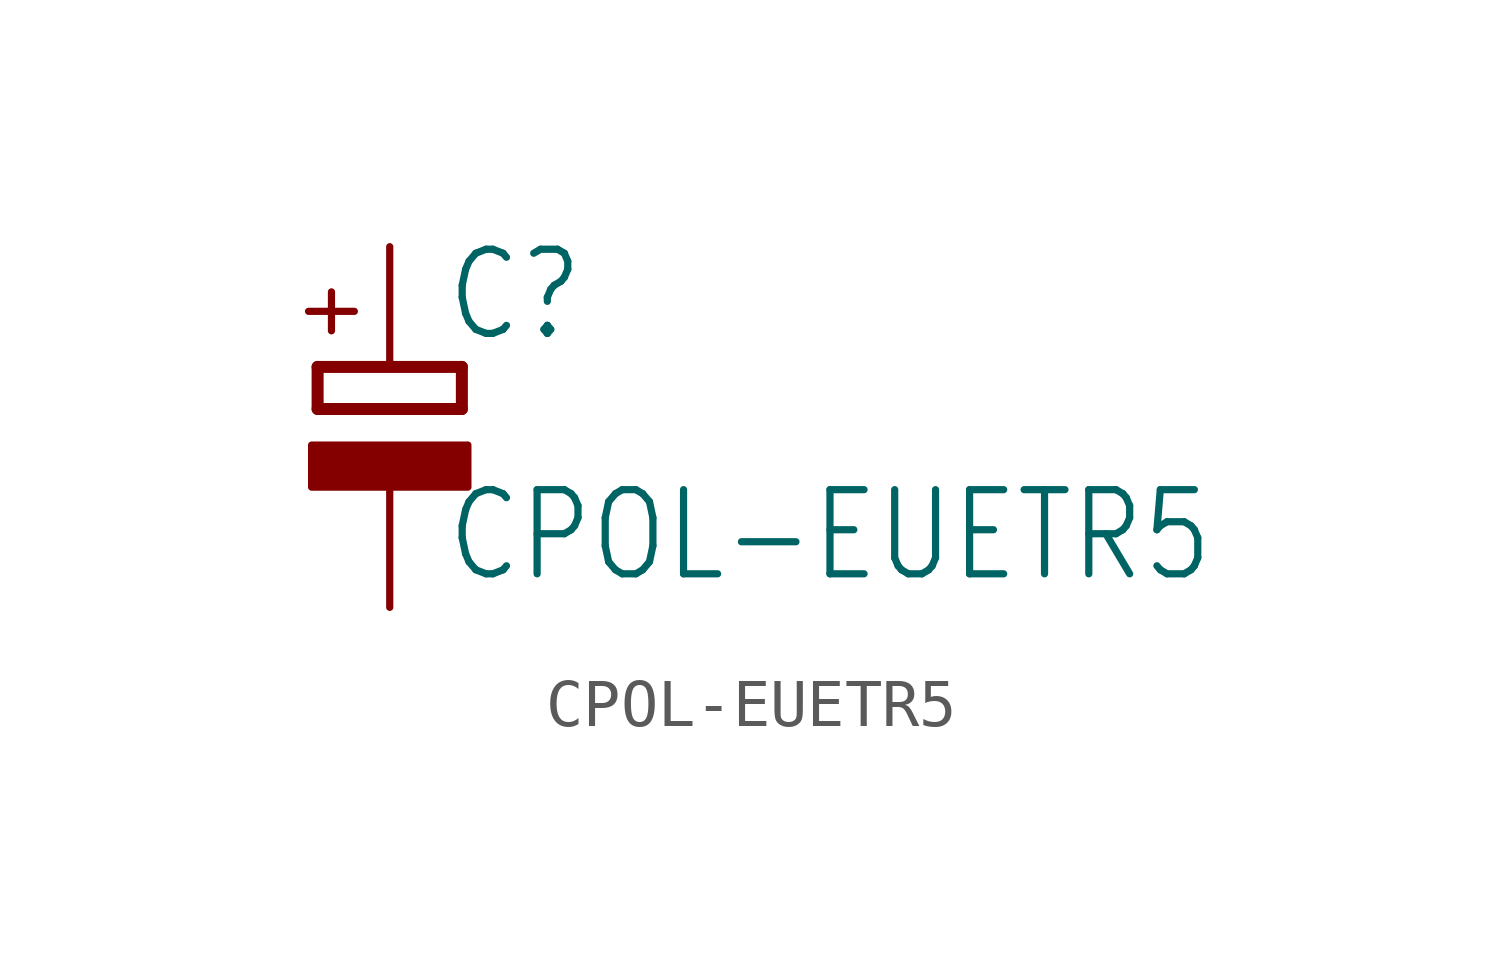
<source format=kicad_sym>
(kicad_symbol_lib
  (version 20211014)
  (generator kicad_symbol_editor)
  (symbol "CPOL-EUETR5"
    (property "Reference" "C"
      (at 1.143 0.483 0)
      (effects (font (size 1.778 1.511)) (justify left bottom)))
    (property "Value" "CPOL-EUETR5"
      (at 1.143 -4.597 0)
      (effects (font (size 1.778 1.511)) (justify left bottom)))
    (property "ki_locked" ""
      (at 0 0 0)
      (effects (font (size 1.27 1.27))))
    (symbol "CPOL-EUETR5_1_0"
      (rectangle (start -1.651 -2.54) (end 1.651 -1.651) (stroke (width 0) (type default) (color 0 0 0 0)) (fill (type outline)))
      (polyline (pts (xy -1.524 -0.889) (xy 1.524 -0.889)) (stroke (width 0.254) (type default) (color 0 0 0 0)) (fill (type none)))
      (polyline (pts (xy -1.524 0) (xy -1.524 -0.889)) (stroke (width 0.254) (type default) (color 0 0 0 0)) (fill (type none)))
      (polyline (pts (xy -1.524 0) (xy 1.524 0)) (stroke (width 0.254) (type default) (color 0 0 0 0)) (fill (type none)))
      (polyline (pts (xy 1.524 -0.889) (xy 1.524 0)) (stroke (width 0.254) (type default) (color 0 0 0 0)) (fill (type none)))
      (text "+" (at -0.584 0.406 900) (effects (font (size 1.27 1.079)) (justify left bottom)))
      (pin passive line (at 0 2.54 270) (length 2.54) (name "+" (effects (font (size 0 0)))) (number "+" (effects (font (size 0 0)))))
      (pin passive line (at 0 -5.08 90) (length 2.54) (name "-" (effects (font (size 0 0)))) (number "-" (effects (font (size 0 0))))))))
</source>
